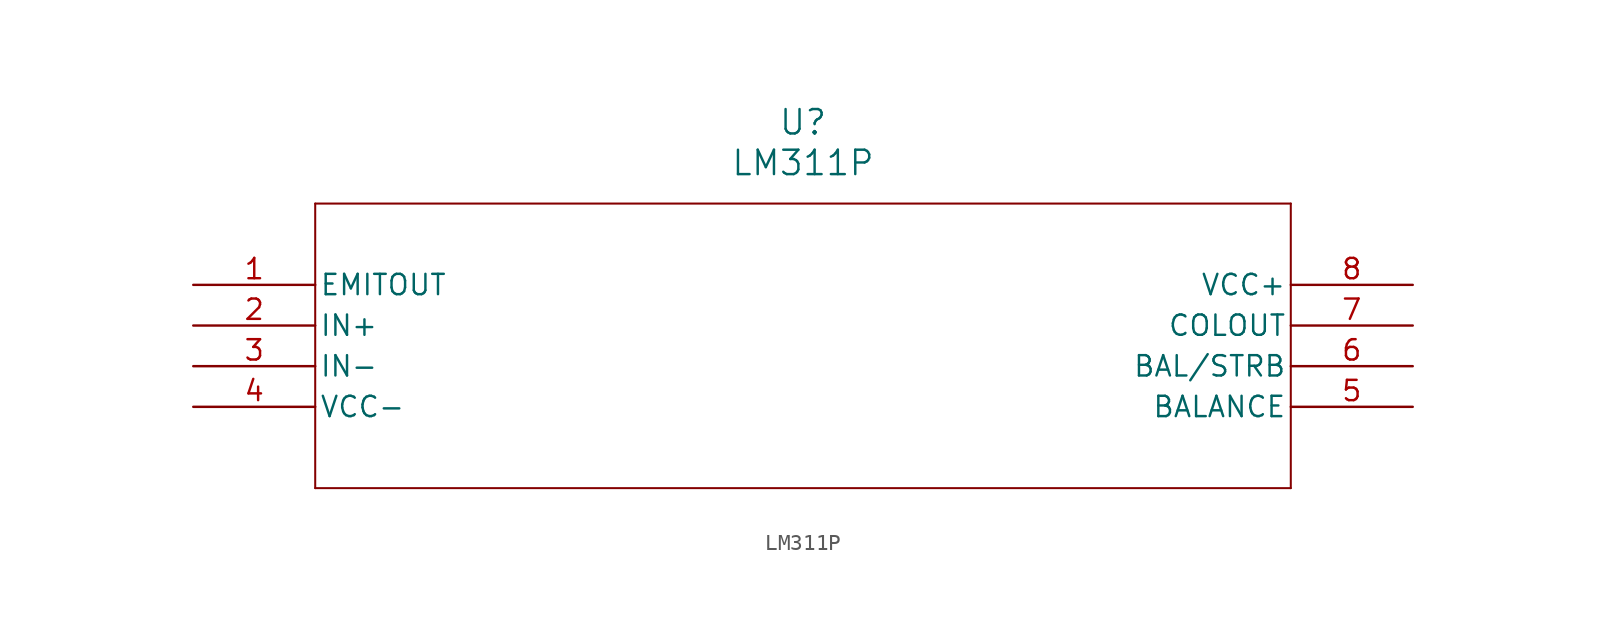
<source format=kicad_sym>
(kicad_symbol_lib
  (version 20211014)
  (generator kicad_symbol_editor)
  (symbol "LM311P"
    (pin_names
      (offset 0.254))
    (property "Reference" "U"
      (at 38.1 10.16 0)
      (effects (font (size 1.524 1.524))))
    (property "Value" "LM311P"
      (at 38.1 7.62 0)
      (effects (font (size 1.524 1.524))))
    (symbol "LM311P_0_1"
      (polyline (pts (xy 7.62 5.08) (xy 7.62 -12.7)) (stroke (width 0.127) (type default) (color 0 0 0 0)) (fill (type none)))
      (polyline (pts (xy 7.62 -12.7) (xy 68.58 -12.7)) (stroke (width 0.127) (type default) (color 0 0 0 0)) (fill (type none)))
      (polyline (pts (xy 68.58 -12.7) (xy 68.58 5.08)) (stroke (width 0.127) (type default) (color 0 0 0 0)) (fill (type none)))
      (polyline (pts (xy 68.58 5.08) (xy 7.62 5.08)) (stroke (width 0.127) (type default) (color 0 0 0 0)) (fill (type none)))
      (pin output line (at 0 0 0) (length 7.62) (name "EMITOUT" (effects (font (size 1.27 1.27)))) (number "1" (effects (font (size 1.27 1.27)))))
      (pin input line (at 0 -2.54 0) (length 7.62) (name "IN+" (effects (font (size 1.27 1.27)))) (number "2" (effects (font (size 1.27 1.27)))))
      (pin input line (at 0 -5.08 0) (length 7.62) (name "IN-" (effects (font (size 1.27 1.27)))) (number "3" (effects (font (size 1.27 1.27)))))
      (pin power_in line (at 0 -7.62 0) (length 7.62) (name "VCC-" (effects (font (size 1.27 1.27)))) (number "4" (effects (font (size 1.27 1.27)))))
      (pin unspecified line (at 76.2 -7.62 180) (length 7.62) (name "BALANCE" (effects (font (size 1.27 1.27)))) (number "5" (effects (font (size 1.27 1.27)))))
      (pin unspecified line (at 76.2 -5.08 180) (length 7.62) (name "BAL/STRB" (effects (font (size 1.27 1.27)))) (number "6" (effects (font (size 1.27 1.27)))))
      (pin output line (at 76.2 -2.54 180) (length 7.62) (name "COLOUT" (effects (font (size 1.27 1.27)))) (number "7" (effects (font (size 1.27 1.27)))))
      (pin power_in line (at 76.2 0 180) (length 7.62) (name "VCC+" (effects (font (size 1.27 1.27)))) (number "8" (effects (font (size 1.27 1.27))))))))
</source>
